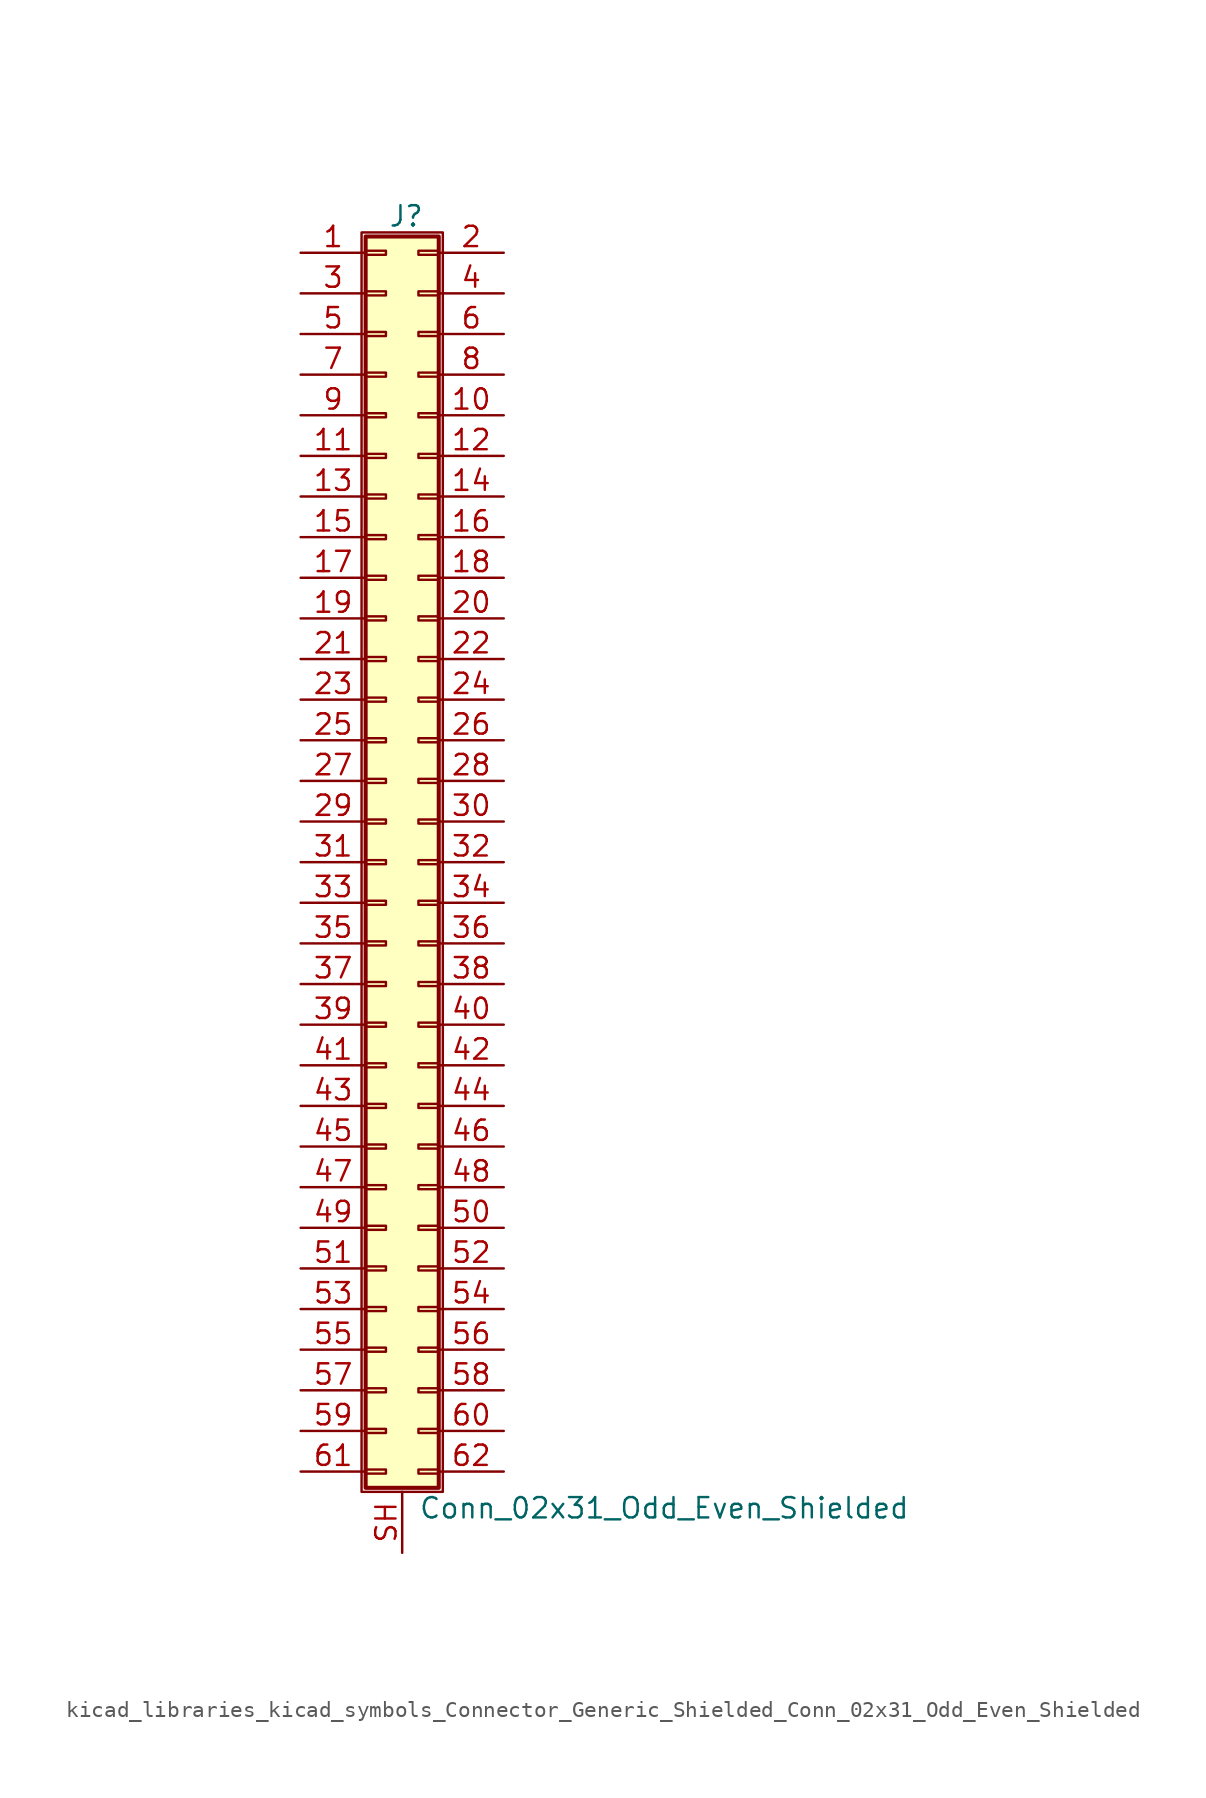
<source format=kicad_sym>
(kicad_symbol_lib
  (version 20220914)
  (generator kicad_symbol_editor)
  (symbol "kicad_libraries_kicad_symbols_Connector_Generic_Shielded_Conn_02x31_Odd_Even_Shielded"
    (pin_names
      (offset 1.016) hide)
    (property "Reference" "J"
      (at 1.524 40.386 0)
      (effects (font (size 1.27 1.27))))
    (property "Value" "Conn_02x31_Odd_Even_Shielded"
      (at 2.286 -40.386 0)
      (effects (font (size 1.27 1.27)) (justify left)))
    (symbol "kicad_libraries_kicad_symbols_Connector_Generic_Shielded_Conn_02x31_Odd_Even_Shielded_1_1"
      (rectangle (start -1.27 39.37) (end 3.81 -39.37) (stroke (width 0.152) (type default)) (fill (type none)))
      (rectangle (start -1.016 -37.973) (end 0.254 -38.227) (stroke (width 0.152) (type default)) (fill (type none)))
      (rectangle (start -1.016 -35.433) (end 0.254 -35.687) (stroke (width 0.152) (type default)) (fill (type none)))
      (rectangle (start -1.016 -32.893) (end 0.254 -33.147) (stroke (width 0.152) (type default)) (fill (type none)))
      (rectangle (start -1.016 -30.353) (end 0.254 -30.607) (stroke (width 0.152) (type default)) (fill (type none)))
      (rectangle (start -1.016 -27.813) (end 0.254 -28.067) (stroke (width 0.152) (type default)) (fill (type none)))
      (rectangle (start -1.016 -25.273) (end 0.254 -25.527) (stroke (width 0.152) (type default)) (fill (type none)))
      (rectangle (start -1.016 -22.733) (end 0.254 -22.987) (stroke (width 0.152) (type default)) (fill (type none)))
      (rectangle (start -1.016 -20.193) (end 0.254 -20.447) (stroke (width 0.152) (type default)) (fill (type none)))
      (rectangle (start -1.016 -17.653) (end 0.254 -17.907) (stroke (width 0.152) (type default)) (fill (type none)))
      (rectangle (start -1.016 -15.113) (end 0.254 -15.367) (stroke (width 0.152) (type default)) (fill (type none)))
      (rectangle (start -1.016 -12.573) (end 0.254 -12.827) (stroke (width 0.152) (type default)) (fill (type none)))
      (rectangle (start -1.016 -10.033) (end 0.254 -10.287) (stroke (width 0.152) (type default)) (fill (type none)))
      (rectangle (start -1.016 -7.493) (end 0.254 -7.747) (stroke (width 0.152) (type default)) (fill (type none)))
      (rectangle (start -1.016 -4.953) (end 0.254 -5.207) (stroke (width 0.152) (type default)) (fill (type none)))
      (rectangle (start -1.016 -2.413) (end 0.254 -2.667) (stroke (width 0.152) (type default)) (fill (type none)))
      (rectangle (start -1.016 0.127) (end 0.254 -0.127) (stroke (width 0.152) (type default)) (fill (type none)))
      (rectangle (start -1.016 2.667) (end 0.254 2.413) (stroke (width 0.152) (type default)) (fill (type none)))
      (rectangle (start -1.016 5.207) (end 0.254 4.953) (stroke (width 0.152) (type default)) (fill (type none)))
      (rectangle (start -1.016 7.747) (end 0.254 7.493) (stroke (width 0.152) (type default)) (fill (type none)))
      (rectangle (start -1.016 10.287) (end 0.254 10.033) (stroke (width 0.152) (type default)) (fill (type none)))
      (rectangle (start -1.016 12.827) (end 0.254 12.573) (stroke (width 0.152) (type default)) (fill (type none)))
      (rectangle (start -1.016 15.367) (end 0.254 15.113) (stroke (width 0.152) (type default)) (fill (type none)))
      (rectangle (start -1.016 17.907) (end 0.254 17.653) (stroke (width 0.152) (type default)) (fill (type none)))
      (rectangle (start -1.016 20.447) (end 0.254 20.193) (stroke (width 0.152) (type default)) (fill (type none)))
      (rectangle (start -1.016 22.987) (end 0.254 22.733) (stroke (width 0.152) (type default)) (fill (type none)))
      (rectangle (start -1.016 25.527) (end 0.254 25.273) (stroke (width 0.152) (type default)) (fill (type none)))
      (rectangle (start -1.016 28.067) (end 0.254 27.813) (stroke (width 0.152) (type default)) (fill (type none)))
      (rectangle (start -1.016 30.607) (end 0.254 30.353) (stroke (width 0.152) (type default)) (fill (type none)))
      (rectangle (start -1.016 33.147) (end 0.254 32.893) (stroke (width 0.152) (type default)) (fill (type none)))
      (rectangle (start -1.016 35.687) (end 0.254 35.433) (stroke (width 0.152) (type default)) (fill (type none)))
      (rectangle (start -1.016 38.227) (end 0.254 37.973) (stroke (width 0.152) (type default)) (fill (type none)))
      (rectangle (start -1.016 39.116) (end 3.556 -39.116) (stroke (width 0.254) (type default)) (fill (type background)))
      (rectangle (start 3.556 -37.973) (end 2.286 -38.227) (stroke (width 0.152) (type default)) (fill (type none)))
      (rectangle (start 3.556 -35.433) (end 2.286 -35.687) (stroke (width 0.152) (type default)) (fill (type none)))
      (rectangle (start 3.556 -32.893) (end 2.286 -33.147) (stroke (width 0.152) (type default)) (fill (type none)))
      (rectangle (start 3.556 -30.353) (end 2.286 -30.607) (stroke (width 0.152) (type default)) (fill (type none)))
      (rectangle (start 3.556 -27.813) (end 2.286 -28.067) (stroke (width 0.152) (type default)) (fill (type none)))
      (rectangle (start 3.556 -25.273) (end 2.286 -25.527) (stroke (width 0.152) (type default)) (fill (type none)))
      (rectangle (start 3.556 -22.733) (end 2.286 -22.987) (stroke (width 0.152) (type default)) (fill (type none)))
      (rectangle (start 3.556 -20.193) (end 2.286 -20.447) (stroke (width 0.152) (type default)) (fill (type none)))
      (rectangle (start 3.556 -17.653) (end 2.286 -17.907) (stroke (width 0.152) (type default)) (fill (type none)))
      (rectangle (start 3.556 -15.113) (end 2.286 -15.367) (stroke (width 0.152) (type default)) (fill (type none)))
      (rectangle (start 3.556 -12.573) (end 2.286 -12.827) (stroke (width 0.152) (type default)) (fill (type none)))
      (rectangle (start 3.556 -10.033) (end 2.286 -10.287) (stroke (width 0.152) (type default)) (fill (type none)))
      (rectangle (start 3.556 -7.493) (end 2.286 -7.747) (stroke (width 0.152) (type default)) (fill (type none)))
      (rectangle (start 3.556 -4.953) (end 2.286 -5.207) (stroke (width 0.152) (type default)) (fill (type none)))
      (rectangle (start 3.556 -2.413) (end 2.286 -2.667) (stroke (width 0.152) (type default)) (fill (type none)))
      (rectangle (start 3.556 0.127) (end 2.286 -0.127) (stroke (width 0.152) (type default)) (fill (type none)))
      (rectangle (start 3.556 2.667) (end 2.286 2.413) (stroke (width 0.152) (type default)) (fill (type none)))
      (rectangle (start 3.556 5.207) (end 2.286 4.953) (stroke (width 0.152) (type default)) (fill (type none)))
      (rectangle (start 3.556 7.747) (end 2.286 7.493) (stroke (width 0.152) (type default)) (fill (type none)))
      (rectangle (start 3.556 10.287) (end 2.286 10.033) (stroke (width 0.152) (type default)) (fill (type none)))
      (rectangle (start 3.556 12.827) (end 2.286 12.573) (stroke (width 0.152) (type default)) (fill (type none)))
      (rectangle (start 3.556 15.367) (end 2.286 15.113) (stroke (width 0.152) (type default)) (fill (type none)))
      (rectangle (start 3.556 17.907) (end 2.286 17.653) (stroke (width 0.152) (type default)) (fill (type none)))
      (rectangle (start 3.556 20.447) (end 2.286 20.193) (stroke (width 0.152) (type default)) (fill (type none)))
      (rectangle (start 3.556 22.987) (end 2.286 22.733) (stroke (width 0.152) (type default)) (fill (type none)))
      (rectangle (start 3.556 25.527) (end 2.286 25.273) (stroke (width 0.152) (type default)) (fill (type none)))
      (rectangle (start 3.556 28.067) (end 2.286 27.813) (stroke (width 0.152) (type default)) (fill (type none)))
      (rectangle (start 3.556 30.607) (end 2.286 30.353) (stroke (width 0.152) (type default)) (fill (type none)))
      (rectangle (start 3.556 33.147) (end 2.286 32.893) (stroke (width 0.152) (type default)) (fill (type none)))
      (rectangle (start 3.556 35.687) (end 2.286 35.433) (stroke (width 0.152) (type default)) (fill (type none)))
      (rectangle (start 3.556 38.227) (end 2.286 37.973) (stroke (width 0.152) (type default)) (fill (type none)))
      (pin passive line (at -5.08 38.1 0) (length 4.064) (name "Pin_1" (effects (font (size 1.27 1.27)))) (number "1" (effects (font (size 1.27 1.27)))))
      (pin passive line (at 7.62 27.94 180) (length 4.064) (name "Pin_10" (effects (font (size 1.27 1.27)))) (number "10" (effects (font (size 1.27 1.27)))))
      (pin passive line (at -5.08 25.4 0) (length 4.064) (name "Pin_11" (effects (font (size 1.27 1.27)))) (number "11" (effects (font (size 1.27 1.27)))))
      (pin passive line (at 7.62 25.4 180) (length 4.064) (name "Pin_12" (effects (font (size 1.27 1.27)))) (number "12" (effects (font (size 1.27 1.27)))))
      (pin passive line (at -5.08 22.86 0) (length 4.064) (name "Pin_13" (effects (font (size 1.27 1.27)))) (number "13" (effects (font (size 1.27 1.27)))))
      (pin passive line (at 7.62 22.86 180) (length 4.064) (name "Pin_14" (effects (font (size 1.27 1.27)))) (number "14" (effects (font (size 1.27 1.27)))))
      (pin passive line (at -5.08 20.32 0) (length 4.064) (name "Pin_15" (effects (font (size 1.27 1.27)))) (number "15" (effects (font (size 1.27 1.27)))))
      (pin passive line (at 7.62 20.32 180) (length 4.064) (name "Pin_16" (effects (font (size 1.27 1.27)))) (number "16" (effects (font (size 1.27 1.27)))))
      (pin passive line (at -5.08 17.78 0) (length 4.064) (name "Pin_17" (effects (font (size 1.27 1.27)))) (number "17" (effects (font (size 1.27 1.27)))))
      (pin passive line (at 7.62 17.78 180) (length 4.064) (name "Pin_18" (effects (font (size 1.27 1.27)))) (number "18" (effects (font (size 1.27 1.27)))))
      (pin passive line (at -5.08 15.24 0) (length 4.064) (name "Pin_19" (effects (font (size 1.27 1.27)))) (number "19" (effects (font (size 1.27 1.27)))))
      (pin passive line (at 7.62 38.1 180) (length 4.064) (name "Pin_2" (effects (font (size 1.27 1.27)))) (number "2" (effects (font (size 1.27 1.27)))))
      (pin passive line (at 7.62 15.24 180) (length 4.064) (name "Pin_20" (effects (font (size 1.27 1.27)))) (number "20" (effects (font (size 1.27 1.27)))))
      (pin passive line (at -5.08 12.7 0) (length 4.064) (name "Pin_21" (effects (font (size 1.27 1.27)))) (number "21" (effects (font (size 1.27 1.27)))))
      (pin passive line (at 7.62 12.7 180) (length 4.064) (name "Pin_22" (effects (font (size 1.27 1.27)))) (number "22" (effects (font (size 1.27 1.27)))))
      (pin passive line (at -5.08 10.16 0) (length 4.064) (name "Pin_23" (effects (font (size 1.27 1.27)))) (number "23" (effects (font (size 1.27 1.27)))))
      (pin passive line (at 7.62 10.16 180) (length 4.064) (name "Pin_24" (effects (font (size 1.27 1.27)))) (number "24" (effects (font (size 1.27 1.27)))))
      (pin passive line (at -5.08 7.62 0) (length 4.064) (name "Pin_25" (effects (font (size 1.27 1.27)))) (number "25" (effects (font (size 1.27 1.27)))))
      (pin passive line (at 7.62 7.62 180) (length 4.064) (name "Pin_26" (effects (font (size 1.27 1.27)))) (number "26" (effects (font (size 1.27 1.27)))))
      (pin passive line (at -5.08 5.08 0) (length 4.064) (name "Pin_27" (effects (font (size 1.27 1.27)))) (number "27" (effects (font (size 1.27 1.27)))))
      (pin passive line (at 7.62 5.08 180) (length 4.064) (name "Pin_28" (effects (font (size 1.27 1.27)))) (number "28" (effects (font (size 1.27 1.27)))))
      (pin passive line (at -5.08 2.54 0) (length 4.064) (name "Pin_29" (effects (font (size 1.27 1.27)))) (number "29" (effects (font (size 1.27 1.27)))))
      (pin passive line (at -5.08 35.56 0) (length 4.064) (name "Pin_3" (effects (font (size 1.27 1.27)))) (number "3" (effects (font (size 1.27 1.27)))))
      (pin passive line (at 7.62 2.54 180) (length 4.064) (name "Pin_30" (effects (font (size 1.27 1.27)))) (number "30" (effects (font (size 1.27 1.27)))))
      (pin passive line (at -5.08 0 0) (length 4.064) (name "Pin_31" (effects (font (size 1.27 1.27)))) (number "31" (effects (font (size 1.27 1.27)))))
      (pin passive line (at 7.62 0 180) (length 4.064) (name "Pin_32" (effects (font (size 1.27 1.27)))) (number "32" (effects (font (size 1.27 1.27)))))
      (pin passive line (at -5.08 -2.54 0) (length 4.064) (name "Pin_33" (effects (font (size 1.27 1.27)))) (number "33" (effects (font (size 1.27 1.27)))))
      (pin passive line (at 7.62 -2.54 180) (length 4.064) (name "Pin_34" (effects (font (size 1.27 1.27)))) (number "34" (effects (font (size 1.27 1.27)))))
      (pin passive line (at -5.08 -5.08 0) (length 4.064) (name "Pin_35" (effects (font (size 1.27 1.27)))) (number "35" (effects (font (size 1.27 1.27)))))
      (pin passive line (at 7.62 -5.08 180) (length 4.064) (name "Pin_36" (effects (font (size 1.27 1.27)))) (number "36" (effects (font (size 1.27 1.27)))))
      (pin passive line (at -5.08 -7.62 0) (length 4.064) (name "Pin_37" (effects (font (size 1.27 1.27)))) (number "37" (effects (font (size 1.27 1.27)))))
      (pin passive line (at 7.62 -7.62 180) (length 4.064) (name "Pin_38" (effects (font (size 1.27 1.27)))) (number "38" (effects (font (size 1.27 1.27)))))
      (pin passive line (at -5.08 -10.16 0) (length 4.064) (name "Pin_39" (effects (font (size 1.27 1.27)))) (number "39" (effects (font (size 1.27 1.27)))))
      (pin passive line (at 7.62 35.56 180) (length 4.064) (name "Pin_4" (effects (font (size 1.27 1.27)))) (number "4" (effects (font (size 1.27 1.27)))))
      (pin passive line (at 7.62 -10.16 180) (length 4.064) (name "Pin_40" (effects (font (size 1.27 1.27)))) (number "40" (effects (font (size 1.27 1.27)))))
      (pin passive line (at -5.08 -12.7 0) (length 4.064) (name "Pin_41" (effects (font (size 1.27 1.27)))) (number "41" (effects (font (size 1.27 1.27)))))
      (pin passive line (at 7.62 -12.7 180) (length 4.064) (name "Pin_42" (effects (font (size 1.27 1.27)))) (number "42" (effects (font (size 1.27 1.27)))))
      (pin passive line (at -5.08 -15.24 0) (length 4.064) (name "Pin_43" (effects (font (size 1.27 1.27)))) (number "43" (effects (font (size 1.27 1.27)))))
      (pin passive line (at 7.62 -15.24 180) (length 4.064) (name "Pin_44" (effects (font (size 1.27 1.27)))) (number "44" (effects (font (size 1.27 1.27)))))
      (pin passive line (at -5.08 -17.78 0) (length 4.064) (name "Pin_45" (effects (font (size 1.27 1.27)))) (number "45" (effects (font (size 1.27 1.27)))))
      (pin passive line (at 7.62 -17.78 180) (length 4.064) (name "Pin_46" (effects (font (size 1.27 1.27)))) (number "46" (effects (font (size 1.27 1.27)))))
      (pin passive line (at -5.08 -20.32 0) (length 4.064) (name "Pin_47" (effects (font (size 1.27 1.27)))) (number "47" (effects (font (size 1.27 1.27)))))
      (pin passive line (at 7.62 -20.32 180) (length 4.064) (name "Pin_48" (effects (font (size 1.27 1.27)))) (number "48" (effects (font (size 1.27 1.27)))))
      (pin passive line (at -5.08 -22.86 0) (length 4.064) (name "Pin_49" (effects (font (size 1.27 1.27)))) (number "49" (effects (font (size 1.27 1.27)))))
      (pin passive line (at -5.08 33.02 0) (length 4.064) (name "Pin_5" (effects (font (size 1.27 1.27)))) (number "5" (effects (font (size 1.27 1.27)))))
      (pin passive line (at 7.62 -22.86 180) (length 4.064) (name "Pin_50" (effects (font (size 1.27 1.27)))) (number "50" (effects (font (size 1.27 1.27)))))
      (pin passive line (at -5.08 -25.4 0) (length 4.064) (name "Pin_51" (effects (font (size 1.27 1.27)))) (number "51" (effects (font (size 1.27 1.27)))))
      (pin passive line (at 7.62 -25.4 180) (length 4.064) (name "Pin_52" (effects (font (size 1.27 1.27)))) (number "52" (effects (font (size 1.27 1.27)))))
      (pin passive line (at -5.08 -27.94 0) (length 4.064) (name "Pin_53" (effects (font (size 1.27 1.27)))) (number "53" (effects (font (size 1.27 1.27)))))
      (pin passive line (at 7.62 -27.94 180) (length 4.064) (name "Pin_54" (effects (font (size 1.27 1.27)))) (number "54" (effects (font (size 1.27 1.27)))))
      (pin passive line (at -5.08 -30.48 0) (length 4.064) (name "Pin_55" (effects (font (size 1.27 1.27)))) (number "55" (effects (font (size 1.27 1.27)))))
      (pin passive line (at 7.62 -30.48 180) (length 4.064) (name "Pin_56" (effects (font (size 1.27 1.27)))) (number "56" (effects (font (size 1.27 1.27)))))
      (pin passive line (at -5.08 -33.02 0) (length 4.064) (name "Pin_57" (effects (font (size 1.27 1.27)))) (number "57" (effects (font (size 1.27 1.27)))))
      (pin passive line (at 7.62 -33.02 180) (length 4.064) (name "Pin_58" (effects (font (size 1.27 1.27)))) (number "58" (effects (font (size 1.27 1.27)))))
      (pin passive line (at -5.08 -35.56 0) (length 4.064) (name "Pin_59" (effects (font (size 1.27 1.27)))) (number "59" (effects (font (size 1.27 1.27)))))
      (pin passive line (at 7.62 33.02 180) (length 4.064) (name "Pin_6" (effects (font (size 1.27 1.27)))) (number "6" (effects (font (size 1.27 1.27)))))
      (pin passive line (at 7.62 -35.56 180) (length 4.064) (name "Pin_60" (effects (font (size 1.27 1.27)))) (number "60" (effects (font (size 1.27 1.27)))))
      (pin passive line (at -5.08 -38.1 0) (length 4.064) (name "Pin_61" (effects (font (size 1.27 1.27)))) (number "61" (effects (font (size 1.27 1.27)))))
      (pin passive line (at 7.62 -38.1 180) (length 4.064) (name "Pin_62" (effects (font (size 1.27 1.27)))) (number "62" (effects (font (size 1.27 1.27)))))
      (pin passive line (at -5.08 30.48 0) (length 4.064) (name "Pin_7" (effects (font (size 1.27 1.27)))) (number "7" (effects (font (size 1.27 1.27)))))
      (pin passive line (at 7.62 30.48 180) (length 4.064) (name "Pin_8" (effects (font (size 1.27 1.27)))) (number "8" (effects (font (size 1.27 1.27)))))
      (pin passive line (at -5.08 27.94 0) (length 4.064) (name "Pin_9" (effects (font (size 1.27 1.27)))) (number "9" (effects (font (size 1.27 1.27)))))
      (pin passive line (at 1.27 -43.18 90) (length 3.81) (name "Shield" (effects (font (size 1.27 1.27)))) (number "SH" (effects (font (size 1.27 1.27))))))))
</source>
